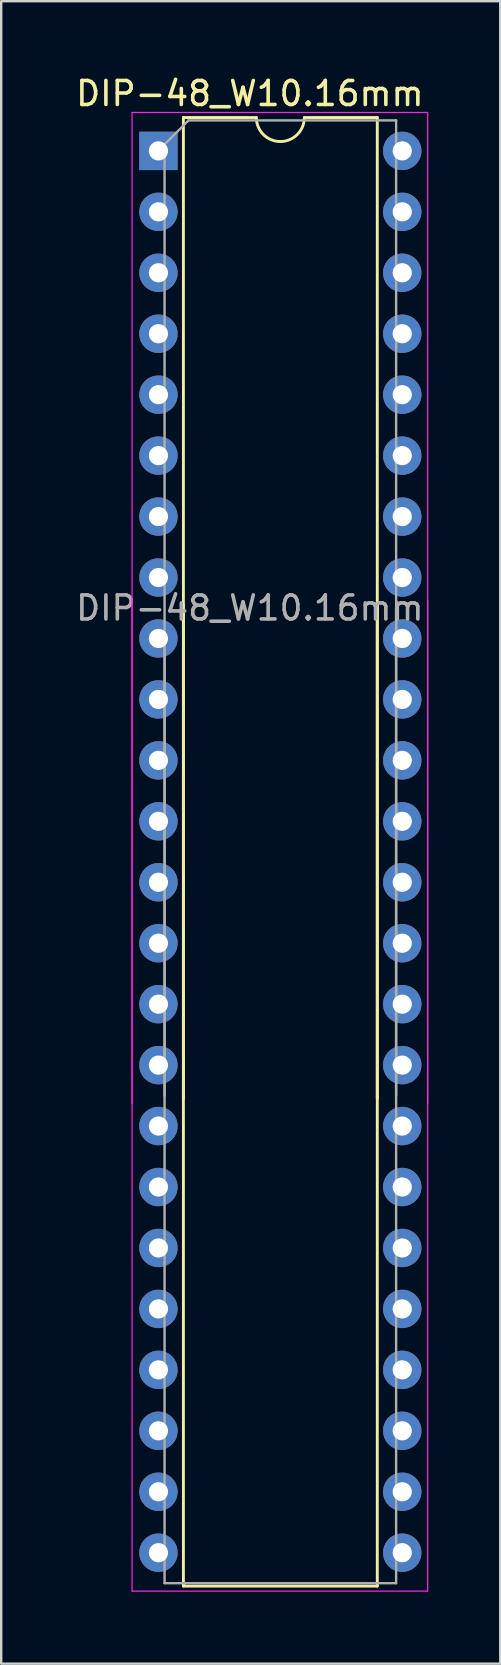
<source format=kicad_pcb>
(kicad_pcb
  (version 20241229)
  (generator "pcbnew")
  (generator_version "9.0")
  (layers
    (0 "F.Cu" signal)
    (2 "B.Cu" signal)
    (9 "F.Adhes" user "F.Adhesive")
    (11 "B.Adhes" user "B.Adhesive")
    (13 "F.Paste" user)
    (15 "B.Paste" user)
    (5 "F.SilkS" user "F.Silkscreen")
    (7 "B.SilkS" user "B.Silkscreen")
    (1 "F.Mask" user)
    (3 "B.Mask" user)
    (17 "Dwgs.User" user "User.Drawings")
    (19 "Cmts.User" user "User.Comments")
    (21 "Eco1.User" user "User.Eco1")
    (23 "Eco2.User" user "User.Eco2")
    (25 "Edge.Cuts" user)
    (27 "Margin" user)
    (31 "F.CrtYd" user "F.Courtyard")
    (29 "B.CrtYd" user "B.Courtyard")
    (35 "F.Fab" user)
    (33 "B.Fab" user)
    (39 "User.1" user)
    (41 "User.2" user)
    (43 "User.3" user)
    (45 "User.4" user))
  (footprint "DIP-48_W10.16mm"
    (layer "F.Cu")
    (at 3.553 3.238)
    (property "Reference" "DIP-48_W10.16mm" (at 3.81 -2.39 0) (layer "F.SilkS") (effects (font (size 1 1) (thickness 0.15))))
    (attr through_hole)
    (fp_line (start 1.04 -1.39) (end 1.04 39.49) (stroke (width 0.12) (type solid)) (layer "F.SilkS"))
    (fp_line (start 1.04 18.93) (end 1.04 59.81) (stroke (width 0.12) (type solid)) (layer "F.SilkS"))
    (fp_line (start 1.04 59.81) (end 9.12 59.81) (stroke (width 0.12) (type solid)) (layer "F.SilkS"))
    (fp_line (start 4.08 -1.39) (end 1.04 -1.39) (stroke (width 0.12) (type solid)) (layer "F.SilkS"))
    (fp_line (start 9.12 -1.39) (end 6.08 -1.39) (stroke (width 0.12) (type solid)) (layer "F.SilkS"))
    (fp_line (start 9.12 39.49) (end 9.12 -1.39) (stroke (width 0.12) (type solid)) (layer "F.SilkS"))
    (fp_line (start 9.12 59.81) (end 9.12 18.93) (stroke (width 0.12) (type solid)) (layer "F.SilkS"))
    (fp_arc (start 6.08 -1.39) (mid 5.08 -0.39) (end 4.08 -1.39) (stroke (width 0.12) (type solid)) (layer "F.SilkS"))
    (fp_line (start -1.1 -1.6) (end -1.1 39.7) (stroke (width 0.05) (type solid)) (layer "F.CrtYd"))
    (fp_line (start -1.1 18.72) (end -1.1 60.02) (stroke (width 0.05) (type solid)) (layer "F.CrtYd"))
    (fp_line (start -1.1 60.02) (end 11.22 60.02) (stroke (width 0.05) (type solid)) (layer "F.CrtYd"))
    (fp_line (start 11.22 -1.6) (end -1.1 -1.6) (stroke (width 0.05) (type solid)) (layer "F.CrtYd"))
    (fp_line (start 11.22 39.7) (end 11.22 -1.6) (stroke (width 0.05) (type solid)) (layer "F.CrtYd"))
    (fp_line (start 11.22 60.02) (end 11.22 18.72) (stroke (width 0.05) (type solid)) (layer "F.CrtYd"))
    (fp_line (start 0.255 -0.27) (end 1.255 -1.27) (stroke (width 0.1) (type solid)) (layer "F.Fab"))
    (fp_line (start 0.255 39.37) (end 0.255 -0.27) (stroke (width 0.1) (type solid)) (layer "F.Fab"))
    (fp_line (start 0.255 59.69) (end 0.255 20.05) (stroke (width 0.1) (type solid)) (layer "F.Fab"))
    (fp_line (start 1.255 -1.27) (end 9.905 -1.27) (stroke (width 0.1) (type solid)) (layer "F.Fab"))
    (fp_line (start 9.905 -1.27) (end 9.905 39.37) (stroke (width 0.1) (type solid)) (layer "F.Fab"))
    (fp_line (start 9.905 19.05) (end 9.905 59.69) (stroke (width 0.1) (type solid)) (layer "F.Fab"))
    (fp_line (start 9.905 59.69) (end 0.255 59.69) (stroke (width 0.1) (type solid)) (layer "F.Fab"))
    (fp_text user "${REFERENCE}" (at 3.81 19.05 0) (layer "F.Fab") (effects (font (size 1 1) (thickness 0.15))))
    (pad "1" thru_hole rect (at 0 0) (size 1.6 1.6) (drill 0.8) (layers "*.Cu" "*.Mask"))
    (pad "2" thru_hole oval (at 0 2.54) (size 1.6 1.6) (drill 0.8) (layers "*.Cu" "*.Mask"))
    (pad "3" thru_hole oval (at 0 5.08) (size 1.6 1.6) (drill 0.8) (layers "*.Cu" "*.Mask"))
    (pad "4" thru_hole oval (at 0 7.62) (size 1.6 1.6) (drill 0.8) (layers "*.Cu" "*.Mask"))
    (pad "5" thru_hole oval (at 0 10.16) (size 1.6 1.6) (drill 0.8) (layers "*.Cu" "*.Mask"))
    (pad "6" thru_hole oval (at 0 12.7) (size 1.6 1.6) (drill 0.8) (layers "*.Cu" "*.Mask"))
    (pad "7" thru_hole oval (at 0 15.24) (size 1.6 1.6) (drill 0.8) (layers "*.Cu" "*.Mask"))
    (pad "8" thru_hole oval (at 0 17.78) (size 1.6 1.6) (drill 0.8) (layers "*.Cu" "*.Mask"))
    (pad "9" thru_hole oval (at 0 20.32) (size 1.6 1.6) (drill 0.8) (layers "*.Cu" "*.Mask"))
    (pad "10" thru_hole oval (at 0 22.86) (size 1.6 1.6) (drill 0.8) (layers "*.Cu" "*.Mask"))
    (pad "11" thru_hole oval (at 0 25.4) (size 1.6 1.6) (drill 0.8) (layers "*.Cu" "*.Mask"))
    (pad "12" thru_hole oval (at 0 27.94) (size 1.6 1.6) (drill 0.8) (layers "*.Cu" "*.Mask"))
    (pad "13" thru_hole oval (at 0 30.48) (size 1.6 1.6) (drill 0.8) (layers "*.Cu" "*.Mask"))
    (pad "14" thru_hole oval (at 0 33.02) (size 1.6 1.6) (drill 0.8) (layers "*.Cu" "*.Mask"))
    (pad "15" thru_hole oval (at 0 35.56) (size 1.6 1.6) (drill 0.8) (layers "*.Cu" "*.Mask"))
    (pad "16" thru_hole oval (at 0 38.1) (size 1.6 1.6) (drill 0.8) (layers "*.Cu" "*.Mask"))
    (pad "17" thru_hole oval (at 0 40.64) (size 1.6 1.6) (drill 0.8) (layers "*.Cu" "*.Mask"))
    (pad "18" thru_hole oval (at 0 43.18) (size 1.6 1.6) (drill 0.8) (layers "*.Cu" "*.Mask"))
    (pad "19" thru_hole oval (at 0 45.72) (size 1.6 1.6) (drill 0.8) (layers "*.Cu" "*.Mask"))
    (pad "20" thru_hole oval (at 0 48.26) (size 1.6 1.6) (drill 0.8) (layers "*.Cu" "*.Mask"))
    (pad "21" thru_hole oval (at 0 50.8) (size 1.6 1.6) (drill 0.8) (layers "*.Cu" "*.Mask"))
    (pad "22" thru_hole oval (at 0 53.34) (size 1.6 1.6) (drill 0.8) (layers "*.Cu" "*.Mask"))
    (pad "23" thru_hole oval (at 0 55.88) (size 1.6 1.6) (drill 0.8) (layers "*.Cu" "*.Mask"))
    (pad "24" thru_hole oval (at 0 58.42) (size 1.6 1.6) (drill 0.8) (layers "*.Cu" "*.Mask"))
    (pad "25" thru_hole oval (at 10.16 58.42) (size 1.6 1.6) (drill 0.8) (layers "*.Cu" "*.Mask"))
    (pad "26" thru_hole oval (at 10.16 55.88) (size 1.6 1.6) (drill 0.8) (layers "*.Cu" "*.Mask"))
    (pad "27" thru_hole oval (at 10.16 53.34) (size 1.6 1.6) (drill 0.8) (layers "*.Cu" "*.Mask"))
    (pad "28" thru_hole oval (at 10.16 50.8) (size 1.6 1.6) (drill 0.8) (layers "*.Cu" "*.Mask"))
    (pad "29" thru_hole oval (at 10.16 48.26) (size 1.6 1.6) (drill 0.8) (layers "*.Cu" "*.Mask"))
    (pad "30" thru_hole oval (at 10.16 45.72) (size 1.6 1.6) (drill 0.8) (layers "*.Cu" "*.Mask"))
    (pad "31" thru_hole oval (at 10.16 43.18) (size 1.6 1.6) (drill 0.8) (layers "*.Cu" "*.Mask"))
    (pad "32" thru_hole oval (at 10.16 40.64) (size 1.6 1.6) (drill 0.8) (layers "*.Cu" "*.Mask"))
    (pad "33" thru_hole oval (at 10.16 38.1) (size 1.6 1.6) (drill 0.8) (layers "*.Cu" "*.Mask"))
    (pad "34" thru_hole oval (at 10.16 35.56) (size 1.6 1.6) (drill 0.8) (layers "*.Cu" "*.Mask"))
    (pad "35" thru_hole oval (at 10.16 33.02) (size 1.6 1.6) (drill 0.8) (layers "*.Cu" "*.Mask"))
    (pad "36" thru_hole oval (at 10.16 30.48) (size 1.6 1.6) (drill 0.8) (layers "*.Cu" "*.Mask"))
    (pad "37" thru_hole oval (at 10.16 27.94) (size 1.6 1.6) (drill 0.8) (layers "*.Cu" "*.Mask"))
    (pad "38" thru_hole oval (at 10.16 25.4) (size 1.6 1.6) (drill 0.8) (layers "*.Cu" "*.Mask"))
    (pad "39" thru_hole oval (at 10.16 22.86) (size 1.6 1.6) (drill 0.8) (layers "*.Cu" "*.Mask"))
    (pad "40" thru_hole oval (at 10.16 20.32) (size 1.6 1.6) (drill 0.8) (layers "*.Cu" "*.Mask"))
    (pad "41" thru_hole oval (at 10.16 17.78) (size 1.6 1.6) (drill 0.8) (layers "*.Cu" "*.Mask"))
    (pad "42" thru_hole oval (at 10.16 15.24) (size 1.6 1.6) (drill 0.8) (layers "*.Cu" "*.Mask"))
    (pad "43" thru_hole oval (at 10.16 12.7) (size 1.6 1.6) (drill 0.8) (layers "*.Cu" "*.Mask"))
    (pad "44" thru_hole oval (at 10.16 10.16) (size 1.6 1.6) (drill 0.8) (layers "*.Cu" "*.Mask"))
    (pad "45" thru_hole oval (at 10.16 7.62) (size 1.6 1.6) (drill 0.8) (layers "*.Cu" "*.Mask"))
    (pad "46" thru_hole oval (at 10.16 5.08) (size 1.6 1.6) (drill 0.8) (layers "*.Cu" "*.Mask"))
    (pad "47" thru_hole oval (at 10.16 2.54) (size 1.6 1.6) (drill 0.8) (layers "*.Cu" "*.Mask"))
    (pad "48" thru_hole oval (at 10.16 0) (size 1.6 1.6) (drill 0.8) (layers "*.Cu" "*.Mask")))
  (gr_rect
    (start -3 -3)
    (end 17.798 66.283)
    (stroke (width 0.1) (type default))
    (fill no)
    (layer "Edge.Cuts")))
</source>
